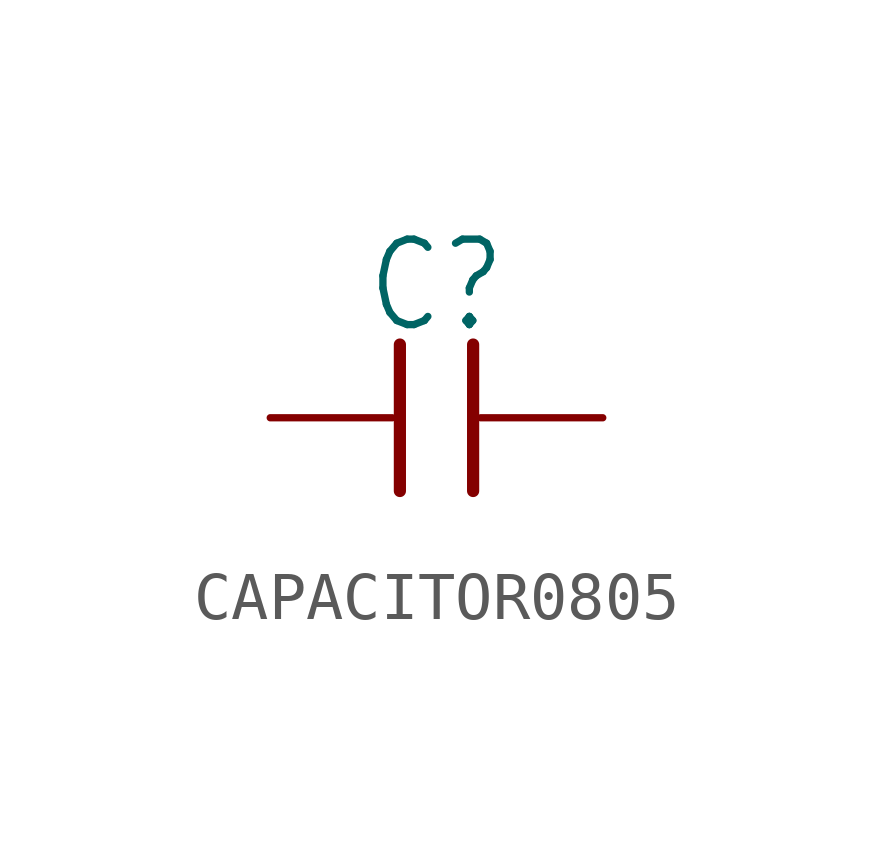
<source format=kicad_sym>
(kicad_symbol_lib
  (version 20241209)
  (generator "kicad_symbol_editor")
  (generator_version "9.0")
  (symbol "CAPACITOR0805"
    (property "Reference" "C"
      (at 0 1.714 0)
      (effects (font (size 1.778 1.511)) (justify bottom)))
    (property "Value" ""
      (at 0 -1.714 0)
      (effects (font (size 1.778 1.511)) (justify top)))
    (property "ki_locked" ""
      (at 0 0 0)
      (effects (font (size 1.27 1.27))))
    (symbol "CAPACITOR0805_1_0"
      (polyline (pts (xy -0.762 1.524) (xy -0.762 -1.524)) (stroke (width 0.254) (type solid)) (fill (type none)))
      (polyline (pts (xy 0.762 -1.524) (xy 0.762 1.524)) (stroke (width 0.254) (type solid)) (fill (type none)))
      (pin bidirectional line (at -3.46 0 0) (length 2.54) (name "P$1" (effects (font (size 0 0)))) (number "1" (effects (font (size 0 0)))))
      (pin bidirectional line (at 3.46 0 180) (length 2.54) (name "P$2" (effects (font (size 0 0)))) (number "2" (effects (font (size 0 0))))))))
</source>
